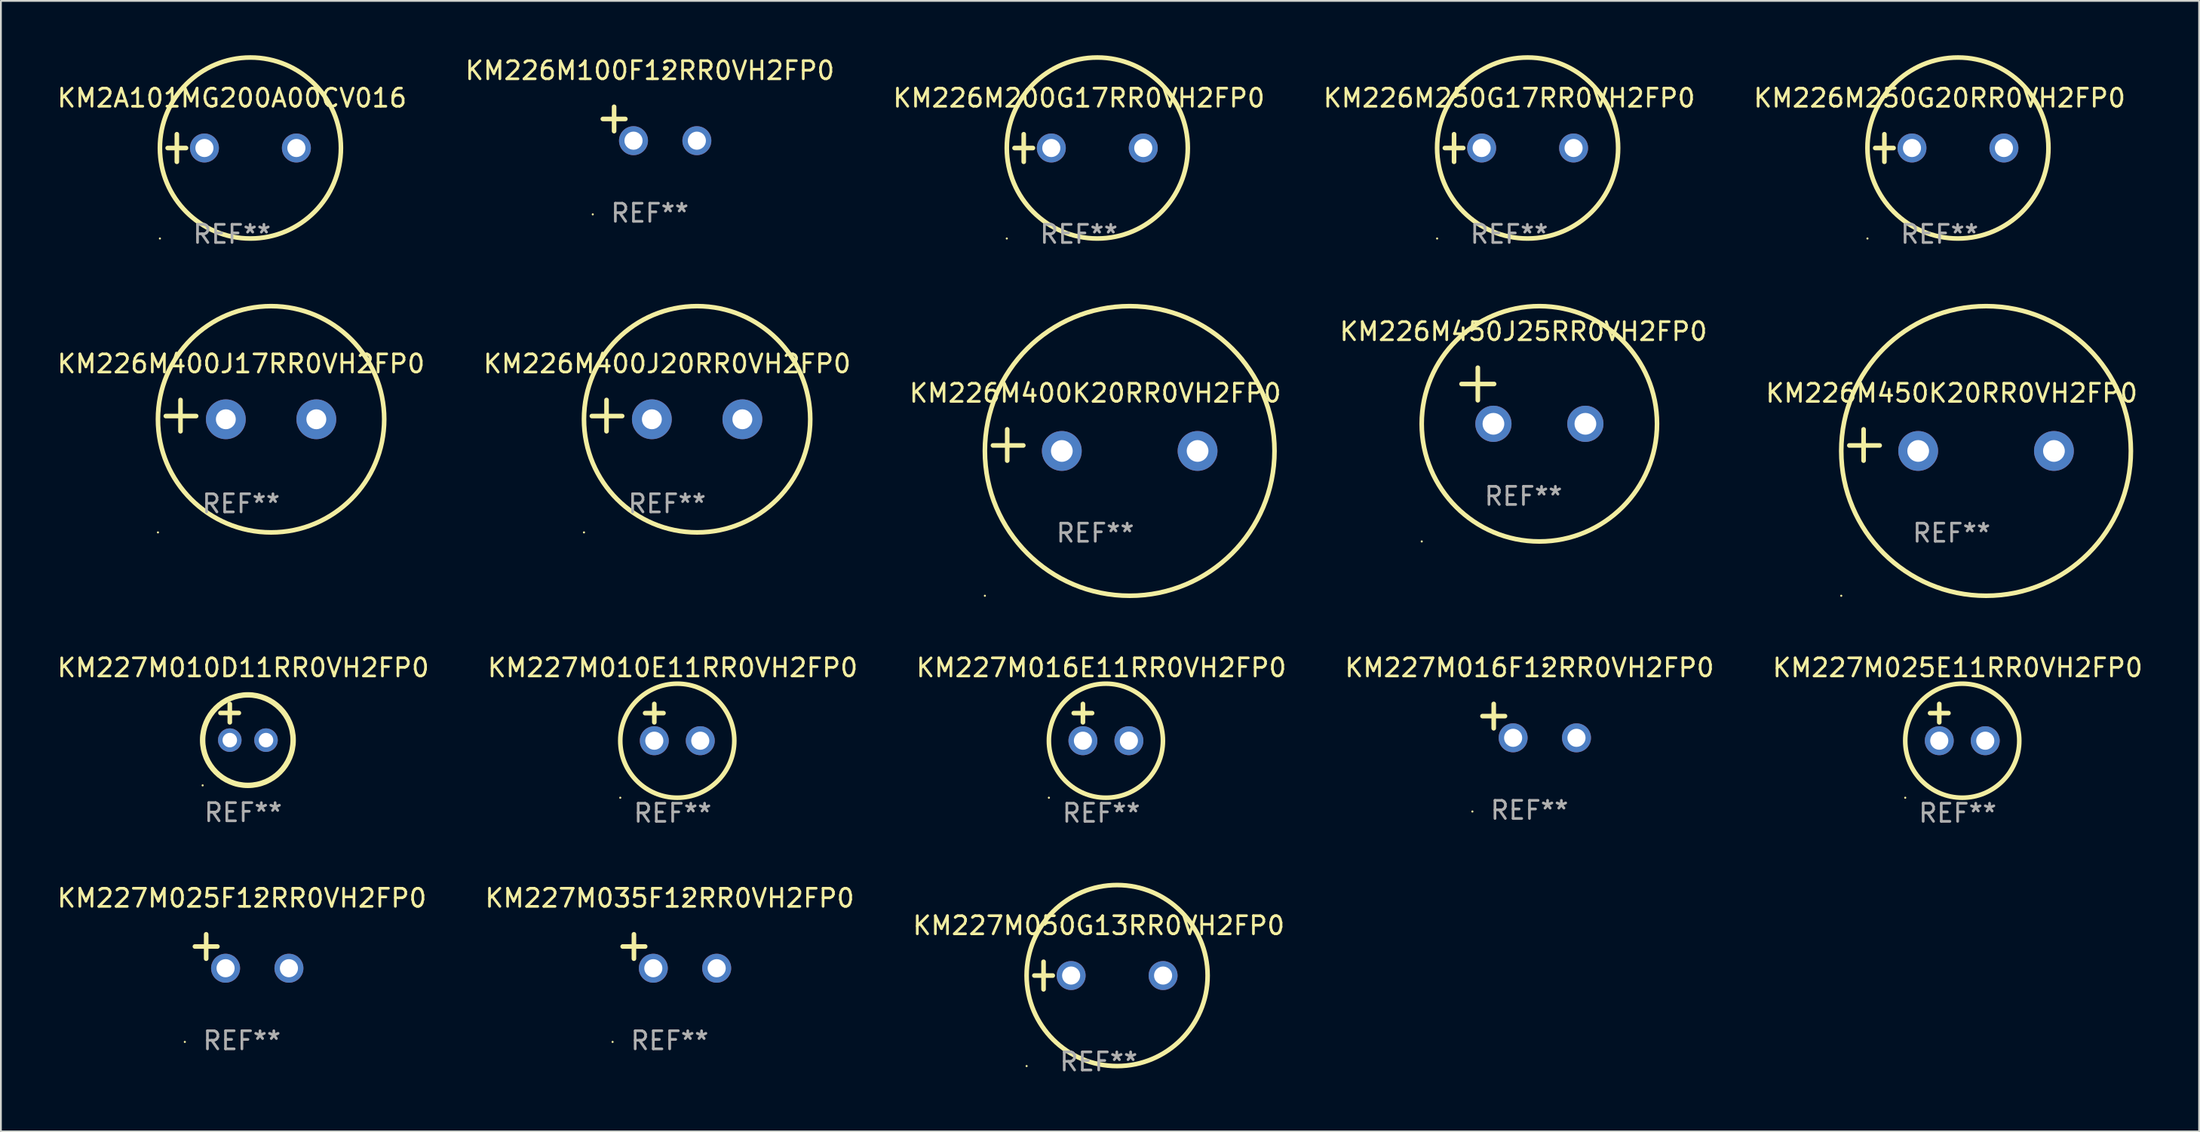
<source format=kicad_pcb>
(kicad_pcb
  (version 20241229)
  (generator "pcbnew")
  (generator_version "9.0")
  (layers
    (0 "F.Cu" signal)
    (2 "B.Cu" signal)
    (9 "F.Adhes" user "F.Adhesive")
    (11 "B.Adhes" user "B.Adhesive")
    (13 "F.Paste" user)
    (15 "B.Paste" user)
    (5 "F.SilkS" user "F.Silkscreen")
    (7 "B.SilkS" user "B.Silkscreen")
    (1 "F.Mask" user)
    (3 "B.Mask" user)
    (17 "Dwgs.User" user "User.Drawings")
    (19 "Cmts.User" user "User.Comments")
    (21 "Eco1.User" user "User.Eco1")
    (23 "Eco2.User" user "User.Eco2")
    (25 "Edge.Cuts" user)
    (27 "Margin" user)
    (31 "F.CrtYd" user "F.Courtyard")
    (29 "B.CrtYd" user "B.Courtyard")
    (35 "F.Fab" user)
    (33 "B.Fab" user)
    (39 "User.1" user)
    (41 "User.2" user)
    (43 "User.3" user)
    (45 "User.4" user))
  (footprint "KM226M400K20RR0VH2FP0"
    (layer "F.Cu")
    (at 57.458 21.534)
    (property "Reference" "KM226M400K20RR0VH2FP0" (at 0 -2.864 0) (layer "F.SilkS") (effects (font (size 1 1) (thickness 0.15))))
    (attr through_hole)
    (fp_line (start -4.864 0.864) (end -4.864 -0.864) (stroke (width 0.254) (type solid)) (layer "F.SilkS"))
    (fp_line (start -3.975 0.025) (end -5.652 0.025) (stroke (width 0.254) (type solid)) (layer "F.SilkS"))
    (fp_circle (center -6.098 8.33) (end -6.068 8.33) (stroke (width 0.06) (type solid)) (fill no) (layer "F.SilkS"))
    (fp_circle (center 1.902 0.33) (end 9.902 0.33) (stroke (width 0.254) (type solid)) (fill no) (layer "F.SilkS"))
    (fp_text user "REF**" (at 0 4.864 0) (layer "F.Fab") (effects (font (size 1 1) (thickness 0.15))))
    (pad "1" thru_hole circle (at -1.848 0.33) (size 2.2 2.2) (drill 1.2) (layers "*.Cu" "*.Mask"))
    (pad "2" thru_hole circle (at 5.652 0.33) (size 2.2 2.2) (drill 1.2) (layers "*.Cu" "*.Mask")))
  (footprint "KM227M010D11RR0VH2FP0"
    (layer "F.Cu")
    (at 10.387 36.84)
    (property "Reference" "KM227M010D11RR0VH2FP0" (at 0 -3 0) (layer "F.SilkS") (effects (font (size 1 1) (thickness 0.15))))
    (attr through_hole)
    (fp_line (start -1.258 -0.5) (end -0.242 -0.5) (stroke (width 0.254) (type solid)) (layer "F.SilkS"))
    (fp_line (start -0.742 -1) (end -0.742 0.016) (stroke (width 0.254) (type solid)) (layer "F.SilkS"))
    (fp_circle (center -2.242 3.5) (end -2.212 3.5) (stroke (width 0.06) (type solid)) (fill no) (layer "F.SilkS"))
    (fp_circle (center 0.258 1) (end 2.758 1) (stroke (width 0.3) (type solid)) (fill no) (layer "F.SilkS"))
    (fp_text user "REF**" (at 0 5 0) (layer "F.Fab") (effects (font (size 1 1) (thickness 0.15))))
    (pad "1" thru_hole circle (at -0.742 1) (size 1.3 1.3) (drill 0.8) (layers "*.Cu" "*.Mask"))
    (pad "2" thru_hole circle (at 1.258 1) (size 1.3 1.3) (drill 0.8) (layers "*.Cu" "*.Mask")))
  (footprint "KM227M035F12RR0VH2FP0"
    (layer "F.Cu")
    (at 33.946 49.505)
    (property "Reference" "KM227M035F12RR0VH2FP0" (at 0 -2.937 0) (layer "F.SilkS") (effects (font (size 1 1) (thickness 0.15))))
    (attr through_hole)
    (fp_line (start -1.975 0.41) (end -1.975 -0.937) (stroke (width 0.254) (type solid)) (layer "F.SilkS"))
    (fp_line (start -1.353 -0.263) (end -2.597 -0.263) (stroke (width 0.254) (type solid)) (layer "F.SilkS"))
    (fp_arc (start 0.849809 -3.063957) (mid 0.885369 -3.064114) (end 0.920929 -3.063957) (stroke (width 0.254001) (type solid)) (layer "F.SilkS"))
    (fp_circle (center -3.154 5.008) (end -3.124 5.008) (stroke (width 0.06) (type solid)) (fill no) (layer "F.SilkS"))
    (fp_text user "REF**" (at 0 4.937 0) (layer "F.Fab") (effects (font (size 1 1) (thickness 0.15))))
    (pad "1" thru_hole circle (at -0.903 0.937) (size 1.6 1.6) (drill 1) (layers "*.Cu" "*.Mask"))
    (pad "2" thru_hole circle (at 2.597 0.937) (size 1.6 1.6) (drill 1) (layers "*.Cu" "*.Mask")))
  (footprint "KM226M400J20RR0VH2FP0"
    (layer "F.Cu")
    (at 33.804 19.911)
    (property "Reference" "KM226M400J20RR0VH2FP0" (at 0 -2.864 0) (layer "F.SilkS") (effects (font (size 1 1) (thickness 0.15))))
    (attr through_hole)
    (fp_line (start -3.346 0.864) (end -3.346 -0.864) (stroke (width 0.254) (type solid)) (layer "F.SilkS"))
    (fp_line (start -2.482 0.025) (end -4.158 0.025) (stroke (width 0.254) (type solid)) (layer "F.SilkS"))
    (fp_circle (center -4.592 6.453) (end -4.562 6.453) (stroke (width 0.06) (type solid)) (fill no) (layer "F.SilkS"))
    (fp_circle (center 1.658 0.203) (end 7.908 0.203) (stroke (width 0.254) (type solid)) (fill no) (layer "F.SilkS"))
    (fp_text user "REF**" (at 0 4.864 0) (layer "F.Fab") (effects (font (size 1 1) (thickness 0.15))))
    (pad "1" thru_hole circle (at -0.842 0.203) (size 2.2 2.2) (drill 1.1) (layers "*.Cu" "*.Mask"))
    (pad "2" thru_hole circle (at 4.158 0.203) (size 2.2 2.2) (drill 1.1) (layers "*.Cu" "*.Mask")))
  (footprint "KM226M400J17RR0VH2FP0"
    (layer "F.Cu")
    (at 10.268 19.911)
    (property "Reference" "KM226M400J17RR0VH2FP0" (at 0 -2.864 0) (layer "F.SilkS") (effects (font (size 1 1) (thickness 0.15))))
    (attr through_hole)
    (fp_line (start -3.346 0.864) (end -3.346 -0.864) (stroke (width 0.254) (type solid)) (layer "F.SilkS"))
    (fp_line (start -2.482 0.025) (end -4.158 0.025) (stroke (width 0.254) (type solid)) (layer "F.SilkS"))
    (fp_circle (center -4.592 6.453) (end -4.562 6.453) (stroke (width 0.06) (type solid)) (fill no) (layer "F.SilkS"))
    (fp_circle (center 1.658 0.203) (end 7.908 0.203) (stroke (width 0.254) (type solid)) (fill no) (layer "F.SilkS"))
    (fp_text user "REF**" (at 0 4.864 0) (layer "F.Fab") (effects (font (size 1 1) (thickness 0.15))))
    (pad "1" thru_hole circle (at -0.842 0.203) (size 2.2 2.2) (drill 1.1) (layers "*.Cu" "*.Mask"))
    (pad "2" thru_hole circle (at 4.158 0.203) (size 2.2 2.2) (drill 1.1) (layers "*.Cu" "*.Mask")))
  (footprint "KM227M016F12RR0VH2FP0"
    (layer "F.Cu")
    (at 81.446 36.776)
    (property "Reference" "KM227M016F12RR0VH2FP0" (at 0 -2.937 0) (layer "F.SilkS") (effects (font (size 1 1) (thickness 0.15))))
    (attr through_hole)
    (fp_line (start -1.975 0.41) (end -1.975 -0.937) (stroke (width 0.254) (type solid)) (layer "F.SilkS"))
    (fp_line (start -1.353 -0.263) (end -2.597 -0.263) (stroke (width 0.254) (type solid)) (layer "F.SilkS"))
    (fp_arc (start 0.849759 -3.063945) (mid 0.885319 -3.064102) (end 0.920879 -3.063945) (stroke (width 0.254001) (type solid)) (layer "F.SilkS"))
    (fp_circle (center -3.154 5.008) (end -3.124 5.008) (stroke (width 0.06) (type solid)) (fill no) (layer "F.SilkS"))
    (fp_text user "REF**" (at 0 4.937 0) (layer "F.Fab") (effects (font (size 1 1) (thickness 0.15))))
    (pad "1" thru_hole circle (at -0.903 0.937) (size 1.6 1.6) (drill 1) (layers "*.Cu" "*.Mask"))
    (pad "2" thru_hole circle (at 2.597 0.937) (size 1.6 1.6) (drill 1) (layers "*.Cu" "*.Mask")))
  (footprint "KM226M250G17RR0VH2FP0"
    (layer "F.Cu")
    (at 80.327 5.127)
    (property "Reference" "KM226M250G17RR0VH2FP0" (at 0 -2.762 0) (layer "F.SilkS") (effects (font (size 1 1) (thickness 0.15))))
    (attr through_hole)
    (fp_line (start -3.556 0) (end -2.54 0) (stroke (width 0.254) (type solid)) (layer "F.SilkS"))
    (fp_line (start -3.048 -0.762) (end -3.048 0.762) (stroke (width 0.254) (type solid)) (layer "F.SilkS"))
    (fp_circle (center -3.984 5) (end -3.954 5) (stroke (width 0.06) (type solid)) (fill no) (layer "F.SilkS"))
    (fp_circle (center 1.016 0) (end 6.016 0) (stroke (width 0.254) (type solid)) (fill no) (layer "F.SilkS"))
    (fp_text user "REF**" (at 0 4.762 0) (layer "F.Fab") (effects (font (size 1 1) (thickness 0.15))))
    (pad "1" thru_hole circle (at -1.524 0) (size 1.6 1.6) (drill 1) (layers "*.Cu" "*.Mask"))
    (pad "2" thru_hole circle (at 3.556 0) (size 1.6 1.6) (drill 1) (layers "*.Cu" "*.Mask")))
  (footprint "KM227M025E11RR0VH2FP0"
    (layer "F.Cu")
    (at 105.101 36.856)
    (property "Reference" "KM227M025E11RR0VH2FP0" (at 0 -3.016 0) (layer "F.SilkS") (effects (font (size 1 1) (thickness 0.15))))
    (attr through_hole)
    (fp_line (start -1.524 -0.508) (end -0.508 -0.508) (stroke (width 0.254) (type solid)) (layer "F.SilkS"))
    (fp_line (start -1.016 -1.016) (end -1.016 0) (stroke (width 0.254) (type solid)) (layer "F.SilkS"))
    (fp_circle (center -2.896 4.166) (end -2.866 4.166) (stroke (width 0.06) (type solid)) (fill no) (layer "F.SilkS"))
    (fp_circle (center 0.254 1.016) (end 3.404 1.016) (stroke (width 0.254) (type solid)) (fill no) (layer "F.SilkS"))
    (fp_text user "REF**" (at 0 5.016 0) (layer "F.Fab") (effects (font (size 1 1) (thickness 0.15))))
    (pad "1" thru_hole circle (at -1.016 1.016) (size 1.6 1.6) (drill 1) (layers "*.Cu" "*.Mask"))
    (pad "2" thru_hole circle (at 1.524 1.016) (size 1.6 1.6) (drill 1) (layers "*.Cu" "*.Mask")))
  (footprint "KM227M050G13RR0VH2FP0"
    (layer "F.Cu")
    (at 57.649 50.847)
    (property "Reference" "KM227M050G13RR0VH2FP0" (at 0 -2.762 0) (layer "F.SilkS") (effects (font (size 1 1) (thickness 0.15))))
    (attr through_hole)
    (fp_line (start -3.556 0) (end -2.54 0) (stroke (width 0.254) (type solid)) (layer "F.SilkS"))
    (fp_line (start -3.048 -0.762) (end -3.048 0.762) (stroke (width 0.254) (type solid)) (layer "F.SilkS"))
    (fp_circle (center -3.984 5) (end -3.954 5) (stroke (width 0.06) (type solid)) (fill no) (layer "F.SilkS"))
    (fp_circle (center 1.016 0) (end 6.016 0) (stroke (width 0.254) (type solid)) (fill no) (layer "F.SilkS"))
    (fp_text user "REF**" (at 0 4.762 0) (layer "F.Fab") (effects (font (size 1 1) (thickness 0.15))))
    (pad "1" thru_hole circle (at -1.524 0) (size 1.6 1.6) (drill 1) (layers "*.Cu" "*.Mask"))
    (pad "2" thru_hole circle (at 3.556 0) (size 1.6 1.6) (drill 1) (layers "*.Cu" "*.Mask")))
  (footprint "KM227M025F12RR0VH2FP0"
    (layer "F.Cu")
    (at 10.315 49.505)
    (property "Reference" "KM227M025F12RR0VH2FP0" (at 0 -2.937 0) (layer "F.SilkS") (effects (font (size 1 1) (thickness 0.15))))
    (attr through_hole)
    (fp_line (start -1.975 0.41) (end -1.975 -0.937) (stroke (width 0.254) (type solid)) (layer "F.SilkS"))
    (fp_line (start -1.353 -0.263) (end -2.597 -0.263) (stroke (width 0.254) (type solid)) (layer "F.SilkS"))
    (fp_arc (start 0.849809 -3.063957) (mid 0.885369 -3.064114) (end 0.920929 -3.063957) (stroke (width 0.254001) (type solid)) (layer "F.SilkS"))
    (fp_circle (center -3.154 5.008) (end -3.124 5.008) (stroke (width 0.06) (type solid)) (fill no) (layer "F.SilkS"))
    (fp_text user "REF**" (at 0 4.937 0) (layer "F.Fab") (effects (font (size 1 1) (thickness 0.15))))
    (pad "1" thru_hole circle (at -0.903 0.937) (size 1.6 1.6) (drill 1) (layers "*.Cu" "*.Mask"))
    (pad "2" thru_hole circle (at 2.597 0.937) (size 1.6 1.6) (drill 1) (layers "*.Cu" "*.Mask")))
  (footprint "KM227M016E11RR0VH2FP0"
    (layer "F.Cu")
    (at 57.792 36.856)
    (property "Reference" "KM227M016E11RR0VH2FP0" (at 0 -3.016 0) (layer "F.SilkS") (effects (font (size 1 1) (thickness 0.15))))
    (attr through_hole)
    (fp_line (start -1.524 -0.508) (end -0.508 -0.508) (stroke (width 0.254) (type solid)) (layer "F.SilkS"))
    (fp_line (start -1.016 -1.016) (end -1.016 0) (stroke (width 0.254) (type solid)) (layer "F.SilkS"))
    (fp_circle (center -2.896 4.166) (end -2.866 4.166) (stroke (width 0.06) (type solid)) (fill no) (layer "F.SilkS"))
    (fp_circle (center 0.254 1.016) (end 3.404 1.016) (stroke (width 0.254) (type solid)) (fill no) (layer "F.SilkS"))
    (fp_text user "REF**" (at 0 5.016 0) (layer "F.Fab") (effects (font (size 1 1) (thickness 0.15))))
    (pad "1" thru_hole circle (at -1.016 1.016) (size 1.6 1.6) (drill 1) (layers "*.Cu" "*.Mask"))
    (pad "2" thru_hole circle (at 1.524 1.016) (size 1.6 1.6) (drill 1) (layers "*.Cu" "*.Mask")))
  (footprint "KM226M100F12RR0VH2FP0"
    (layer "F.Cu")
    (at 32.851 3.785)
    (property "Reference" "KM226M100F12RR0VH2FP0" (at 0 -2.937 0) (layer "F.SilkS") (effects (font (size 1 1) (thickness 0.15))))
    (attr through_hole)
    (fp_line (start -1.975 0.41) (end -1.975 -0.937) (stroke (width 0.254) (type solid)) (layer "F.SilkS"))
    (fp_line (start -1.353 -0.263) (end -2.597 -0.263) (stroke (width 0.254) (type solid)) (layer "F.SilkS"))
    (fp_arc (start 0.849809 -3.063957) (mid 0.885369 -3.064114) (end 0.920929 -3.063957) (stroke (width 0.254001) (type solid)) (layer "F.SilkS"))
    (fp_circle (center -3.154 5.008) (end -3.124 5.008) (stroke (width 0.06) (type solid)) (fill no) (layer "F.SilkS"))
    (fp_text user "REF**" (at 0 4.937 0) (layer "F.Fab") (effects (font (size 1 1) (thickness 0.15))))
    (pad "1" thru_hole circle (at -0.903 0.937) (size 1.6 1.6) (drill 1) (layers "*.Cu" "*.Mask"))
    (pad "2" thru_hole circle (at 2.597 0.937) (size 1.6 1.6) (drill 1) (layers "*.Cu" "*.Mask")))
  (footprint "KM226M250G20RR0VH2FP0"
    (layer "F.Cu")
    (at 104.101 5.127)
    (property "Reference" "KM226M250G20RR0VH2FP0" (at 0 -2.762 0) (layer "F.SilkS") (effects (font (size 1 1) (thickness 0.15))))
    (attr through_hole)
    (fp_line (start -3.556 0) (end -2.54 0) (stroke (width 0.254) (type solid)) (layer "F.SilkS"))
    (fp_line (start -3.048 -0.762) (end -3.048 0.762) (stroke (width 0.254) (type solid)) (layer "F.SilkS"))
    (fp_circle (center -3.984 5) (end -3.954 5) (stroke (width 0.06) (type solid)) (fill no) (layer "F.SilkS"))
    (fp_circle (center 1.016 0) (end 6.016 0) (stroke (width 0.254) (type solid)) (fill no) (layer "F.SilkS"))
    (fp_text user "REF**" (at 0 4.762 0) (layer "F.Fab") (effects (font (size 1 1) (thickness 0.15))))
    (pad "1" thru_hole circle (at -1.524 0) (size 1.6 1.6) (drill 1) (layers "*.Cu" "*.Mask"))
    (pad "2" thru_hole circle (at 3.556 0) (size 1.6 1.6) (drill 1) (layers "*.Cu" "*.Mask")))
  (footprint "KM226M450K20RR0VH2FP0"
    (layer "F.Cu")
    (at 104.768 21.534)
    (property "Reference" "KM226M450K20RR0VH2FP0" (at 0 -2.864 0) (layer "F.SilkS") (effects (font (size 1 1) (thickness 0.15))))
    (attr through_hole)
    (fp_line (start -4.864 0.864) (end -4.864 -0.864) (stroke (width 0.254) (type solid)) (layer "F.SilkS"))
    (fp_line (start -3.975 0.025) (end -5.652 0.025) (stroke (width 0.254) (type solid)) (layer "F.SilkS"))
    (fp_circle (center -6.098 8.33) (end -6.068 8.33) (stroke (width 0.06) (type solid)) (fill no) (layer "F.SilkS"))
    (fp_circle (center 1.902 0.33) (end 9.902 0.33) (stroke (width 0.254) (type solid)) (fill no) (layer "F.SilkS"))
    (fp_text user "REF**" (at 0 4.864 0) (layer "F.Fab") (effects (font (size 1 1) (thickness 0.15))))
    (pad "1" thru_hole circle (at -1.848 0.33) (size 2.2 2.2) (drill 1.2) (layers "*.Cu" "*.Mask"))
    (pad "2" thru_hole circle (at 5.652 0.33) (size 2.2 2.2) (drill 1.2) (layers "*.Cu" "*.Mask")))
  (footprint "KM2A101MG200A00CV016"
    (layer "F.Cu")
    (at 9.768 5.127)
    (property "Reference" "KM2A101MG200A00CV016" (at 0 -2.762 0) (layer "F.SilkS") (effects (font (size 1 1) (thickness 0.15))))
    (attr through_hole)
    (fp_line (start -3.556 0) (end -2.54 0) (stroke (width 0.254) (type solid)) (layer "F.SilkS"))
    (fp_line (start -3.048 -0.762) (end -3.048 0.762) (stroke (width 0.254) (type solid)) (layer "F.SilkS"))
    (fp_circle (center -3.984 5) (end -3.954 5) (stroke (width 0.06) (type solid)) (fill no) (layer "F.SilkS"))
    (fp_circle (center 1.016 0) (end 6.016 0) (stroke (width 0.254) (type solid)) (fill no) (layer "F.SilkS"))
    (fp_text user "REF**" (at 0 4.762 0) (layer "F.Fab") (effects (font (size 1 1) (thickness 0.15))))
    (pad "1" thru_hole circle (at -1.524 0) (size 1.6 1.6) (drill 1) (layers "*.Cu" "*.Mask"))
    (pad "2" thru_hole circle (at 3.556 0) (size 1.6 1.6) (drill 1) (layers "*.Cu" "*.Mask")))
  (footprint "KM226M450J25RR0VH2FP0"
    (layer "F.Cu")
    (at 81.113 18.814)
    (property "Reference" "KM226M450J25RR0VH2FP0" (at 0 -3.55 0) (layer "F.SilkS") (effects (font (size 1 1) (thickness 0.15))))
    (attr through_hole)
    (fp_line (start -3.421 -0.65) (end -1.621 -0.65) (stroke (width 0.254) (type solid)) (layer "F.SilkS"))
    (fp_line (start -2.521 -1.55) (end -2.521 0.25) (stroke (width 0.254) (type solid)) (layer "F.SilkS"))
    (fp_circle (center -5.619 8.05) (end -5.589 8.05) (stroke (width 0.06) (type solid)) (fill no) (layer "F.SilkS"))
    (fp_circle (center 0.879 1.55) (end 7.379 1.55) (stroke (width 0.254) (type solid)) (fill no) (layer "F.SilkS"))
    (fp_text user "REF**" (at 0 5.55 0) (layer "F.Fab") (effects (font (size 1 1) (thickness 0.15))))
    (pad "1" thru_hole circle (at -1.659 1.55) (size 2 2) (drill 1.2) (layers "*.Cu" "*.Mask"))
    (pad "2" thru_hole circle (at 3.421 1.55) (size 2 2) (drill 1.2) (layers "*.Cu" "*.Mask")))
  (footprint "KM226M200G17RR0VH2FP0"
    (layer "F.Cu")
    (at 56.554 5.127)
    (property "Reference" "KM226M200G17RR0VH2FP0" (at 0 -2.762 0) (layer "F.SilkS") (effects (font (size 1 1) (thickness 0.15))))
    (attr through_hole)
    (fp_line (start -3.556 0) (end -2.54 0) (stroke (width 0.254) (type solid)) (layer "F.SilkS"))
    (fp_line (start -3.048 -0.762) (end -3.048 0.762) (stroke (width 0.254) (type solid)) (layer "F.SilkS"))
    (fp_circle (center -3.984 5) (end -3.954 5) (stroke (width 0.06) (type solid)) (fill no) (layer "F.SilkS"))
    (fp_circle (center 1.016 0) (end 6.016 0) (stroke (width 0.254) (type solid)) (fill no) (layer "F.SilkS"))
    (fp_text user "REF**" (at 0 4.762 0) (layer "F.Fab") (effects (font (size 1 1) (thickness 0.15))))
    (pad "1" thru_hole circle (at -1.524 0) (size 1.6 1.6) (drill 1) (layers "*.Cu" "*.Mask"))
    (pad "2" thru_hole circle (at 3.556 0) (size 1.6 1.6) (drill 1) (layers "*.Cu" "*.Mask")))
  (footprint "KM227M010E11RR0VH2FP0"
    (layer "F.Cu")
    (at 34.113 36.856)
    (property "Reference" "KM227M010E11RR0VH2FP0" (at 0 -3.016 0) (layer "F.SilkS") (effects (font (size 1 1) (thickness 0.15))))
    (attr through_hole)
    (fp_line (start -1.524 -0.508) (end -0.508 -0.508) (stroke (width 0.254) (type solid)) (layer "F.SilkS"))
    (fp_line (start -1.016 -1.016) (end -1.016 0) (stroke (width 0.254) (type solid)) (layer "F.SilkS"))
    (fp_circle (center -2.896 4.166) (end -2.866 4.166) (stroke (width 0.06) (type solid)) (fill no) (layer "F.SilkS"))
    (fp_circle (center 0.254 1.016) (end 3.404 1.016) (stroke (width 0.254) (type solid)) (fill no) (layer "F.SilkS"))
    (fp_text user "REF**" (at 0 5.016 0) (layer "F.Fab") (effects (font (size 1 1) (thickness 0.15))))
    (pad "1" thru_hole circle (at -1.016 1.016) (size 1.6 1.6) (drill 1) (layers "*.Cu" "*.Mask"))
    (pad "2" thru_hole circle (at 1.524 1.016) (size 1.6 1.6) (drill 1) (layers "*.Cu" "*.Mask")))
  (gr_rect
    (start -3 -3)
    (end 118.44 59.457)
    (stroke (width 0.1) (type default))
    (fill no)
    (layer "Edge.Cuts")))
</source>
